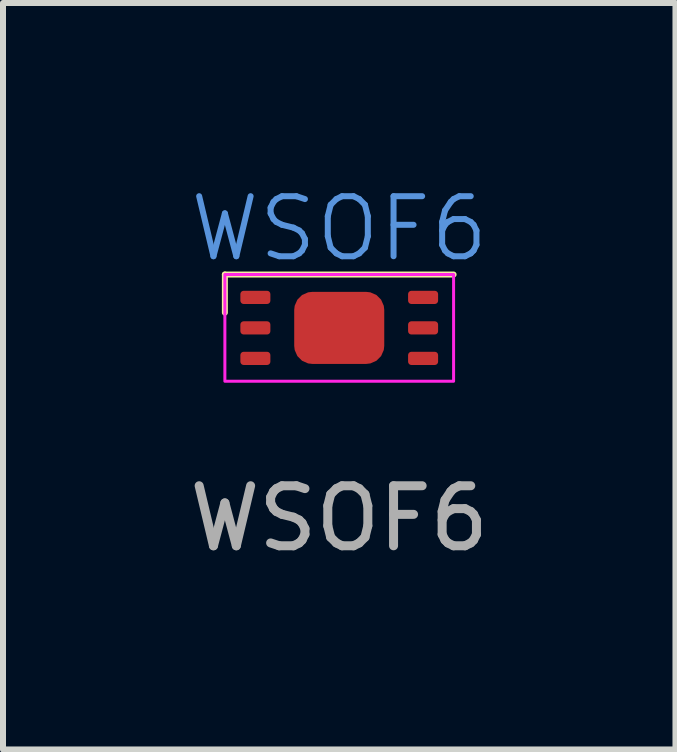
<source format=kicad_pcb>
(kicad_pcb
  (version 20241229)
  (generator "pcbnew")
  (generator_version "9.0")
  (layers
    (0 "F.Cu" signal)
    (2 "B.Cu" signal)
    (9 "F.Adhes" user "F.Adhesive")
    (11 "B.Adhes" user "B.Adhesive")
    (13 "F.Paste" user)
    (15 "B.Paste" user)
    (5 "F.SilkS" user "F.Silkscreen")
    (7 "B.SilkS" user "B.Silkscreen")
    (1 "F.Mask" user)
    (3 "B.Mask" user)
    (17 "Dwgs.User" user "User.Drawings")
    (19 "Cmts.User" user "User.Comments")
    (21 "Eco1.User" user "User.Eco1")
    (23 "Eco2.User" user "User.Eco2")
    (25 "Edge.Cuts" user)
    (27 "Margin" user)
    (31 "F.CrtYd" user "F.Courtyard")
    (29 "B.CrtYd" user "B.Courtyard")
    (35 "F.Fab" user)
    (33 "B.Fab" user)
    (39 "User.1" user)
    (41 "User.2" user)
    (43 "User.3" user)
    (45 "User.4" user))
  (footprint "WSOF6"
    (layer "F.Cu")
    (at 2.601 2.412)
    (property "Reference" "WSOF6" (at 0 -1.651 0) (unlocked yes) (layer "Cmts.User") (effects (font (size 1 1) (thickness 0.1))))
    (attr smd)
    (fp_line (start -1.905 -0.889) (end 1.905 -0.889) (stroke (width 0.1) (type default)) (layer "F.SilkS"))
    (fp_line (start -1.905 -0.254) (end -1.905 -0.889) (stroke (width 0.1) (type default)) (layer "F.SilkS"))
    (fp_rect (start -1.905 -0.889) (end 1.905 0.889) (stroke (width 0.05) (type default)) (fill no) (layer "F.CrtYd"))
    (fp_text user "${REFERENCE}" (at 0 3.175 0) (unlocked yes) (layer "F.Fab") (effects (font (size 1 1) (thickness 0.15))))
    (pad "" smd roundrect (at 0 0 90) (size 1.2 1.5) (layers "F.Cu" "F.Mask" "F.Paste") (roundrect_rratio 0.25))
    (pad "1" smd roundrect (at -1.397 -0.508 90) (size 0.22 0.5) (layers "F.Cu" "F.Mask" "F.Paste") (roundrect_rratio 0.25))
    (pad "2" smd roundrect (at -1.397 0 90) (size 0.22 0.5) (layers "F.Cu" "F.Mask" "F.Paste") (roundrect_rratio 0.25))
    (pad "3" smd roundrect (at -1.397 0.508 90) (size 0.22 0.5) (layers "F.Cu" "F.Mask" "F.Paste") (roundrect_rratio 0.25))
    (pad "4" smd roundrect (at 1.397 0.508 90) (size 0.22 0.5) (layers "F.Cu" "F.Mask" "F.Paste") (roundrect_rratio 0.25))
    (pad "5" smd roundrect (at 1.397 0 90) (size 0.22 0.5) (layers "F.Cu" "F.Mask" "F.Paste") (roundrect_rratio 0.25))
    (pad "6" smd roundrect (at 1.397 -0.508 90) (size 0.22 0.5) (layers "F.Cu" "F.Mask" "F.Paste") (roundrect_rratio 0.25)))
  (gr_rect
    (start -3 -3)
    (end 8.202 9.435)
    (stroke (width 0.1) (type default))
    (fill no)
    (layer "Edge.Cuts")))
</source>
